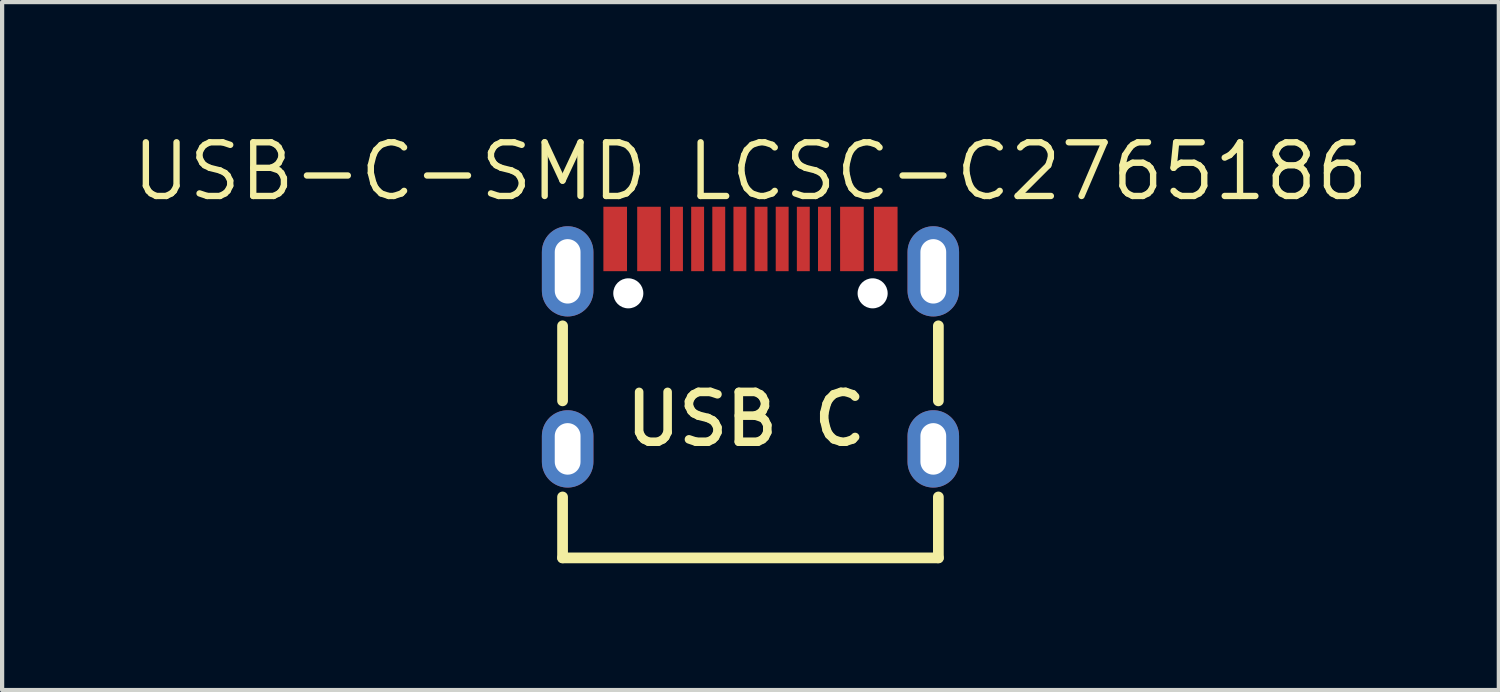
<source format=kicad_pcb>
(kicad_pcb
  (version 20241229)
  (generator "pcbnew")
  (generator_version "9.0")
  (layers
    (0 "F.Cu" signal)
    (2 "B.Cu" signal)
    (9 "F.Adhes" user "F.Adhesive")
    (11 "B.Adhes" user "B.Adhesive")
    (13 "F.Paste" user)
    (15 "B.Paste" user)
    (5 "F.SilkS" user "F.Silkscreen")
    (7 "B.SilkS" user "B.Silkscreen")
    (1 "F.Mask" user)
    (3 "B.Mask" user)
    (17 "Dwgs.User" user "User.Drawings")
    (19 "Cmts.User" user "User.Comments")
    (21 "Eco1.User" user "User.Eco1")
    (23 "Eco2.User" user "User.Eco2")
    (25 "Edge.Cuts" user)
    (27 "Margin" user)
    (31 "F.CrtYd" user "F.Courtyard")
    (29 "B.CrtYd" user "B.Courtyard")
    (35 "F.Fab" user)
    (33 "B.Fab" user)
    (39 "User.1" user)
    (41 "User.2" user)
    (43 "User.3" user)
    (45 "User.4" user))
  (footprint "USB-C-SMD LCSC-C2765186"
    (layer "F.Cu")
    (at 14.703 5.194)
    (property "Reference" "USB-C-SMD LCSC-C2765186" (at 0 -4.188 0) (layer "F.SilkS") (effects (font (size 1.27 1.27) (thickness 0.15))))
    (fp_line (start -4.445 1.238) (end -4.445 -0.536) (stroke (width 0.254) (type default)) (layer "F.SilkS"))
    (fp_line (start -4.445 4.953) (end -4.445 3.512) (stroke (width 0.254) (type default)) (layer "F.SilkS"))
    (fp_line (start 4.445 1.238) (end 4.445 -0.536) (stroke (width 0.254) (type default)) (layer "F.SilkS"))
    (fp_line (start 4.445 4.953) (end -4.445 4.953) (stroke (width 0.254) (type default)) (layer "F.SilkS"))
    (fp_line (start 4.445 4.953) (end 4.445 3.512) (stroke (width 0.254) (type default)) (layer "F.SilkS"))
    (fp_circle (center -2.89 -1.305) (end -2.765 -1.305) (stroke (width 0.25) (type default)) (fill no) (layer "Dwgs.User"))
    (fp_circle (center 2.89 -1.305) (end 3.015 -1.305) (stroke (width 0.25) (type default)) (fill no) (layer "Dwgs.User"))
    (fp_circle (center -4.45 -2.649) (end -4.42 -2.649) (stroke (width 0.06) (type default)) (fill no) (layer "User.5"))
    (fp_text user "USB C" (at -3.048 0.981 0) (unlocked yes) (layer "F.SilkS") (effects (font (size 1.179 1.179) (thickness 0.203)) (justify left top)))
    (pad "" np_thru_hole circle (at -2.89 -1.305) (size 0.711 0.711) (drill 0.711) (layers "*.Cu" "*.Mask"))
    (pad "" np_thru_hole circle (at 2.89 -1.305) (size 0.711 0.711) (drill 0.711) (layers "*.Cu" "*.Mask"))
    (pad "1" smd rect (at -3.2 -2.591) (size 0.559 1.524) (layers "F.Cu" "F.Mask" "F.Paste"))
    (pad "2" smd rect (at -2.4 -2.591) (size 0.559 1.524) (layers "F.Cu" "F.Mask" "F.Paste"))
    (pad "3" smd rect (at -1.75 -2.591) (size 0.305 1.524) (layers "F.Cu" "F.Mask" "F.Paste"))
    (pad "4" smd rect (at -1.25 -2.591) (size 0.305 1.524) (layers "F.Cu" "F.Mask" "F.Paste"))
    (pad "5" smd rect (at -0.75 -2.591) (size 0.305 1.524) (layers "F.Cu" "F.Mask" "F.Paste"))
    (pad "6" smd rect (at -0.25 -2.591) (size 0.305 1.524) (layers "F.Cu" "F.Mask" "F.Paste"))
    (pad "7" smd rect (at 0.25 -2.591) (size 0.305 1.524) (layers "F.Cu" "F.Mask" "F.Paste"))
    (pad "8" smd rect (at 0.75 -2.591) (size 0.305 1.524) (layers "F.Cu" "F.Mask" "F.Paste"))
    (pad "9" smd rect (at 1.25 -2.591) (size 0.305 1.524) (layers "F.Cu" "F.Mask" "F.Paste"))
    (pad "10" smd rect (at 1.75 -2.591) (size 0.305 1.524) (layers "F.Cu" "F.Mask" "F.Paste"))
    (pad "11" smd rect (at 2.4 -2.591) (size 0.559 1.524) (layers "F.Cu" "F.Mask" "F.Paste"))
    (pad "12" smd rect (at 3.2 -2.591) (size 0.559 1.524) (layers "F.Cu" "F.Mask" "F.Paste"))
    (pad "13" thru_hole oval (at -4.325 -1.825) (size 1.219 2.134) (drill oval 0.61 1.524) (layers "*.Cu" "*.Mask"))
    (pad "13" thru_hole oval (at -4.325 2.375) (size 1.219 1.829) (drill oval 0.61 1.219) (layers "*.Cu" "*.Mask"))
    (pad "14" thru_hole oval (at 4.325 -1.825) (size 1.219 2.134) (drill oval 0.61 1.524) (layers "*.Cu" "*.Mask"))
    (pad "14" thru_hole oval (at 4.325 2.375) (size 1.219 1.829) (drill oval 0.61 1.219) (layers "*.Cu" "*.Mask"))
    (zone (net_name "") (layer "F.Paste") (hatch edge 0.5) (priority 100) (connect_pads yes) (min_thickness 0) (filled_areas_thickness no) (fill yes) (polygon (pts (xy 11.203 2.269) (xy 11.203 3.369) (xy 11.803 3.369) (xy 11.803 2.269))) (filled_polygon (layer "F.Paste") (island) (pts (xy 11.203 2.269) (xy 11.203 3.369) (xy 11.803 3.369) (xy 11.803 2.269))))
    (zone (net_name "") (layer "F.Paste") (hatch edge 0.5) (priority 100) (connect_pads yes) (min_thickness 0) (filled_areas_thickness no) (fill yes) (polygon (pts (xy 12.003 2.269) (xy 12.003 3.369) (xy 12.603 3.369) (xy 12.603 2.269))) (filled_polygon (layer "F.Paste") (island) (pts (xy 12.003 2.269) (xy 12.003 3.369) (xy 12.603 3.369) (xy 12.603 2.269))))
    (zone (net_name "") (layer "F.Paste") (hatch edge 0.5) (priority 100) (connect_pads yes) (min_thickness 0) (filled_areas_thickness no) (fill yes) (polygon (pts (xy 13.103 3.369) (xy 13.103 2.269) (xy 12.803 2.269) (xy 12.803 3.369))) (filled_polygon (layer "F.Paste") (island) (pts (xy 13.103 3.369) (xy 13.103 2.269) (xy 12.803 2.269) (xy 12.803 3.369))))
    (zone (net_name "") (layer "F.Paste") (hatch edge 0.5) (priority 100) (connect_pads yes) (min_thickness 0) (filled_areas_thickness no) (fill yes) (polygon (pts (xy 13.603 3.369) (xy 13.603 2.269) (xy 13.303 2.269) (xy 13.303 3.369))) (filled_polygon (layer "F.Paste") (island) (pts (xy 13.603 3.369) (xy 13.603 2.269) (xy 13.303 2.269) (xy 13.303 3.369))))
    (zone (net_name "") (layer "F.Paste") (hatch edge 0.5) (priority 100) (connect_pads yes) (min_thickness 0) (filled_areas_thickness no) (fill yes) (polygon (pts (xy 14.103 3.369) (xy 14.103 2.269) (xy 13.803 2.269) (xy 13.803 3.369))) (filled_polygon (layer "F.Paste") (island) (pts (xy 14.103 3.369) (xy 14.103 2.269) (xy 13.803 2.269) (xy 13.803 3.369))))
    (zone (net_name "") (layer "F.Paste") (hatch edge 0.5) (priority 100) (connect_pads yes) (min_thickness 0) (filled_areas_thickness no) (fill yes) (polygon (pts (xy 14.603 3.369) (xy 14.603 2.269) (xy 14.303 2.269) (xy 14.303 3.369))) (filled_polygon (layer "F.Paste") (island) (pts (xy 14.603 3.369) (xy 14.603 2.269) (xy 14.303 2.269) (xy 14.303 3.369))))
    (zone (net_name "") (layer "F.Paste") (hatch edge 0.5) (priority 100) (connect_pads yes) (min_thickness 0) (filled_areas_thickness no) (fill yes) (polygon (pts (xy 15.103 3.369) (xy 15.103 2.269) (xy 14.803 2.269) (xy 14.803 3.369))) (filled_polygon (layer "F.Paste") (island) (pts (xy 15.103 3.369) (xy 15.103 2.269) (xy 14.803 2.269) (xy 14.803 3.369))))
    (zone (net_name "") (layer "F.Paste") (hatch edge 0.5) (priority 100) (connect_pads yes) (min_thickness 0) (filled_areas_thickness no) (fill yes) (polygon (pts (xy 15.603 3.369) (xy 15.603 2.269) (xy 15.303 2.269) (xy 15.303 3.369))) (filled_polygon (layer "F.Paste") (island) (pts (xy 15.603 3.369) (xy 15.603 2.269) (xy 15.303 2.269) (xy 15.303 3.369))))
    (zone (net_name "") (layer "F.Paste") (hatch edge 0.5) (priority 100) (connect_pads yes) (min_thickness 0) (filled_areas_thickness no) (fill yes) (polygon (pts (xy 16.103 3.369) (xy 16.103 2.269) (xy 15.803 2.269) (xy 15.803 3.369))) (filled_polygon (layer "F.Paste") (island) (pts (xy 16.103 3.369) (xy 16.103 2.269) (xy 15.803 2.269) (xy 15.803 3.369))))
    (zone (net_name "") (layer "F.Paste") (hatch edge 0.5) (priority 100) (connect_pads yes) (min_thickness 0) (filled_areas_thickness no) (fill yes) (polygon (pts (xy 16.303 2.269) (xy 16.303 3.369) (xy 16.603 3.369) (xy 16.603 2.269))) (filled_polygon (layer "F.Paste") (island) (pts (xy 16.303 2.269) (xy 16.303 3.369) (xy 16.603 3.369) (xy 16.603 2.269))))
    (zone (net_name "") (layer "F.Paste") (hatch edge 0.5) (priority 100) (connect_pads yes) (min_thickness 0) (filled_areas_thickness no) (fill yes) (polygon (pts (xy 16.803 2.269) (xy 16.803 3.369) (xy 17.403 3.369) (xy 17.403 2.269))) (filled_polygon (layer "F.Paste") (island) (pts (xy 16.803 2.269) (xy 16.803 3.369) (xy 17.403 3.369) (xy 17.403 2.269))))
    (zone (net_name "") (layer "F.Paste") (hatch edge 0.5) (priority 100) (connect_pads yes) (min_thickness 0) (filled_areas_thickness no) (fill yes) (polygon (pts (xy 18.203 3.369) (xy 18.203 2.269) (xy 17.603 2.269) (xy 17.603 3.369))) (filled_polygon (layer "F.Paste") (island) (pts (xy 18.203 3.369) (xy 18.203 2.269) (xy 17.603 2.269) (xy 17.603 3.369))))
    (zone (net_name "") (layer "F.Paste") (hatch edge 0.5) (priority 100) (connect_pads yes) (min_thickness 0) (filled_areas_thickness no) (fill yes) (polygon (pts (xy 10.363 2.369) (xy 10.333 2.37) (xy 10.303 2.373) (xy 10.274 2.378) (xy 10.245 2.384) (xy 10.216 2.391) (xy 10.187 2.4) (xy 10.159 2.41) (xy 10.131 2.422) (xy 10.104 2.435) (xy 10.078 2.449) (xy 10.053 2.465) (xy 10.028 2.482) (xy 10.004 2.5) (xy 9.981 2.519) (xy 9.959 2.539) (xy 9.938 2.561) (xy 9.918 2.583) (xy 9.9 2.607) (xy 9.882 2.631) (xy 9.866 2.656) (xy 9.851 2.682) (xy 9.837 2.708) (xy 9.825 2.736) (xy 9.814 2.764) (xy 9.805 2.792) (xy 9.797 2.821) (xy 9.79 2.85) (xy 9.785 2.879) (xy 9.781 2.909) (xy 9.779 2.939) (xy 9.778 2.969) (xy 9.778 3.769) (xy 9.779 3.799) (xy 9.781 3.829) (xy 9.785 3.858) (xy 9.79 3.888) (xy 9.797 3.917) (xy 9.805 3.946) (xy 9.814 3.974) (xy 9.825 4.002) (xy 9.837 4.029) (xy 9.851 4.056) (xy 9.866 4.082) (xy 9.882 4.107) (xy 9.9 4.131) (xy 9.918 4.154) (xy 9.938 4.177) (xy 9.959 4.198) (xy 9.981 4.219) (xy 10.004 4.238) (xy 10.028 4.256) (xy 10.053 4.273) (xy 10.078 4.288) (xy 10.104 4.303) (xy 10.131 4.316) (xy 10.159 4.327) (xy 10.187 4.338) (xy 10.216 4.346) (xy 10.245 4.354) (xy 10.274 4.36) (xy 10.303 4.364) (xy 10.333 4.367) (xy 10.363 4.369) (xy 10.393 4.369) (xy 10.423 4.367) (xy 10.453 4.364) (xy 10.482 4.36) (xy 10.512 4.354) (xy 10.541 4.346) (xy 10.569 4.338) (xy 10.597 4.327) (xy 10.625 4.316) (xy 10.652 4.303) (xy 10.678 4.288) (xy 10.704 4.273) (xy 10.728 4.256) (xy 10.752 4.238) (xy 10.775 4.219) (xy 10.797 4.198) (xy 10.818 4.177) (xy 10.838 4.154) (xy 10.856 4.131) (xy 10.874 4.107) (xy 10.89 4.082) (xy 10.905 4.056) (xy 10.919 4.029) (xy 10.931 4.002) (xy 10.942 3.974) (xy 10.951 3.946) (xy 10.96 3.917) (xy 10.966 3.888) (xy 10.971 3.858) (xy 10.975 3.829) (xy 10.977 3.799) (xy 10.978 3.769) (xy 10.978 2.969) (xy 10.977 2.939) (xy 10.975 2.909) (xy 10.971 2.879) (xy 10.966 2.85) (xy 10.96 2.821) (xy 10.951 2.792) (xy 10.942 2.764) (xy 10.931 2.736) (xy 10.919 2.708) (xy 10.905 2.682) (xy 10.89 2.656) (xy 10.874 2.631) (xy 10.856 2.607) (xy 10.838 2.583) (xy 10.818 2.561) (xy 10.797 2.539) (xy 10.775 2.519) (xy 10.752 2.5) (xy 10.728 2.482) (xy 10.704 2.465) (xy 10.678 2.449) (xy 10.652 2.435) (xy 10.625 2.422) (xy 10.597 2.41) (xy 10.569 2.4) (xy 10.541 2.391) (xy 10.512 2.384) (xy 10.482 2.378) (xy 10.453 2.373) (xy 10.423 2.37) (xy 10.393 2.369))) (filled_polygon (layer "F.Paste") (island) (pts (xy 10.363 2.369) (xy 10.333 2.37) (xy 10.303 2.373) (xy 10.274 2.378) (xy 10.245 2.384) (xy 10.216 2.391) (xy 10.187 2.4) (xy 10.159 2.41) (xy 10.131 2.422) (xy 10.104 2.435) (xy 10.078 2.449) (xy 10.053 2.465) (xy 10.028 2.482) (xy 10.004 2.5) (xy 9.981 2.519) (xy 9.959 2.539) (xy 9.938 2.561) (xy 9.918 2.583) (xy 9.9 2.607) (xy 9.882 2.631) (xy 9.866 2.656) (xy 9.851 2.682) (xy 9.837 2.708) (xy 9.825 2.736) (xy 9.814 2.764) (xy 9.805 2.792) (xy 9.797 2.821) (xy 9.79 2.85) (xy 9.785 2.879) (xy 9.781 2.909) (xy 9.779 2.939) (xy 9.778 2.969) (xy 9.778 3.769) (xy 9.779 3.799) (xy 9.781 3.829) (xy 9.785 3.858) (xy 9.79 3.888) (xy 9.797 3.917) (xy 9.805 3.946) (xy 9.814 3.974) (xy 9.825 4.002) (xy 9.837 4.029) (xy 9.851 4.056) (xy 9.866 4.082) (xy 9.882 4.107) (xy 9.9 4.131) (xy 9.918 4.154) (xy 9.938 4.177) (xy 9.959 4.198) (xy 9.981 4.219) (xy 10.004 4.238) (xy 10.028 4.256) (xy 10.053 4.273) (xy 10.078 4.288) (xy 10.104 4.303) (xy 10.131 4.316) (xy 10.159 4.327) (xy 10.187 4.338) (xy 10.216 4.346) (xy 10.245 4.354) (xy 10.274 4.36) (xy 10.303 4.364) (xy 10.333 4.367) (xy 10.363 4.369) (xy 10.393 4.369) (xy 10.423 4.367) (xy 10.453 4.364) (xy 10.482 4.36) (xy 10.512 4.354) (xy 10.541 4.346) (xy 10.569 4.338) (xy 10.597 4.327) (xy 10.625 4.316) (xy 10.652 4.303) (xy 10.678 4.288) (xy 10.704 4.273) (xy 10.728 4.256) (xy 10.752 4.238) (xy 10.775 4.219) (xy 10.797 4.198) (xy 10.818 4.177) (xy 10.838 4.154) (xy 10.856 4.131) (xy 10.874 4.107) (xy 10.89 4.082) (xy 10.905 4.056) (xy 10.919 4.029) (xy 10.931 4.002) (xy 10.942 3.974) (xy 10.951 3.946) (xy 10.96 3.917) (xy 10.966 3.888) (xy 10.971 3.858) (xy 10.975 3.829) (xy 10.977 3.799) (xy 10.978 3.769) (xy 10.978 2.969) (xy 10.977 2.939) (xy 10.975 2.909) (xy 10.971 2.879) (xy 10.966 2.85) (xy 10.96 2.821) (xy 10.951 2.792) (xy 10.942 2.764) (xy 10.931 2.736) (xy 10.919 2.708) (xy 10.905 2.682) (xy 10.89 2.656) (xy 10.874 2.631) (xy 10.856 2.607) (xy 10.838 2.583) (xy 10.818 2.561) (xy 10.797 2.539) (xy 10.775 2.519) (xy 10.752 2.5) (xy 10.728 2.482) (xy 10.704 2.465) (xy 10.678 2.449) (xy 10.652 2.435) (xy 10.625 2.422) (xy 10.597 2.41) (xy 10.569 2.4) (xy 10.541 2.391) (xy 10.512 2.384) (xy 10.482 2.378) (xy 10.453 2.373) (xy 10.423 2.37) (xy 10.393 2.369))))
    (zone (net_name "") (layer "F.Paste") (hatch edge 0.5) (priority 100) (connect_pads yes) (min_thickness 0) (filled_areas_thickness no) (fill yes) (polygon (pts (xy 10.423 6.821) (xy 10.393 6.819) (xy 10.363 6.819) (xy 10.333 6.821) (xy 10.303 6.824) (xy 10.274 6.828) (xy 10.245 6.834) (xy 10.216 6.841) (xy 10.187 6.85) (xy 10.159 6.86) (xy 10.131 6.872) (xy 10.104 6.885) (xy 10.078 6.899) (xy 10.053 6.915) (xy 10.028 6.932) (xy 10.004 6.95) (xy 9.981 6.969) (xy 9.959 6.989) (xy 9.938 7.011) (xy 9.918 7.033) (xy 9.9 7.057) (xy 9.882 7.081) (xy 9.866 7.106) (xy 9.851 7.132) (xy 9.837 7.159) (xy 9.825 7.186) (xy 9.814 7.214) (xy 9.805 7.242) (xy 9.797 7.271) (xy 9.79 7.3) (xy 9.785 7.33) (xy 9.781 7.359) (xy 9.779 7.389) (xy 9.778 7.419) (xy 9.778 7.719) (xy 9.779 7.749) (xy 9.781 7.779) (xy 9.785 7.808) (xy 9.79 7.838) (xy 9.797 7.867) (xy 9.805 7.896) (xy 9.814 7.924) (xy 9.825 7.952) (xy 9.837 7.979) (xy 9.851 8.006) (xy 9.866 8.032) (xy 9.882 8.057) (xy 9.9 8.081) (xy 9.918 8.105) (xy 9.938 8.127) (xy 9.959 8.149) (xy 9.981 8.169) (xy 10.004 8.188) (xy 10.028 8.206) (xy 10.053 8.223) (xy 10.078 8.239) (xy 10.104 8.253) (xy 10.131 8.266) (xy 10.159 8.277) (xy 10.187 8.288) (xy 10.216 8.296) (xy 10.245 8.304) (xy 10.274 8.31) (xy 10.303 8.314) (xy 10.333 8.317) (xy 10.363 8.319) (xy 10.393 8.319) (xy 10.423 8.317) (xy 10.453 8.314) (xy 10.482 8.31) (xy 10.512 8.304) (xy 10.541 8.296) (xy 10.569 8.288) (xy 10.597 8.277) (xy 10.625 8.266) (xy 10.652 8.253) (xy 10.678 8.239) (xy 10.704 8.223) (xy 10.728 8.206) (xy 10.752 8.188) (xy 10.775 8.169) (xy 10.797 8.149) (xy 10.818 8.127) (xy 10.838 8.105) (xy 10.856 8.081) (xy 10.874 8.057) (xy 10.89 8.032) (xy 10.905 8.006) (xy 10.919 7.979) (xy 10.931 7.952) (xy 10.942 7.924) (xy 10.951 7.896) (xy 10.96 7.867) (xy 10.966 7.838) (xy 10.971 7.808) (xy 10.975 7.779) (xy 10.977 7.749) (xy 10.978 7.719) (xy 10.978 7.419) (xy 10.977 7.389) (xy 10.975 7.359) (xy 10.971 7.33) (xy 10.966 7.3) (xy 10.96 7.271) (xy 10.951 7.242) (xy 10.942 7.214) (xy 10.931 7.186) (xy 10.919 7.159) (xy 10.905 7.132) (xy 10.89 7.106) (xy 10.874 7.081) (xy 10.856 7.057) (xy 10.838 7.033) (xy 10.818 7.011) (xy 10.797 6.989) (xy 10.775 6.969) (xy 10.752 6.95) (xy 10.728 6.932) (xy 10.704 6.915) (xy 10.678 6.899) (xy 10.652 6.885) (xy 10.625 6.872) (xy 10.597 6.86) (xy 10.569 6.85) (xy 10.541 6.841) (xy 10.512 6.834) (xy 10.482 6.828) (xy 10.453 6.824))) (filled_polygon (layer "F.Paste") (island) (pts (xy 10.423 6.821) (xy 10.393 6.819) (xy 10.363 6.819) (xy 10.333 6.821) (xy 10.303 6.824) (xy 10.274 6.828) (xy 10.245 6.834) (xy 10.216 6.841) (xy 10.187 6.85) (xy 10.159 6.86) (xy 10.131 6.872) (xy 10.104 6.885) (xy 10.078 6.899) (xy 10.053 6.915) (xy 10.028 6.932) (xy 10.004 6.95) (xy 9.981 6.969) (xy 9.959 6.989) (xy 9.938 7.011) (xy 9.918 7.033) (xy 9.9 7.057) (xy 9.882 7.081) (xy 9.866 7.106) (xy 9.851 7.132) (xy 9.837 7.159) (xy 9.825 7.186) (xy 9.814 7.214) (xy 9.805 7.242) (xy 9.797 7.271) (xy 9.79 7.3) (xy 9.785 7.33) (xy 9.781 7.359) (xy 9.779 7.389) (xy 9.778 7.419) (xy 9.778 7.719) (xy 9.779 7.749) (xy 9.781 7.779) (xy 9.785 7.808) (xy 9.79 7.838) (xy 9.797 7.867) (xy 9.805 7.896) (xy 9.814 7.924) (xy 9.825 7.952) (xy 9.837 7.979) (xy 9.851 8.006) (xy 9.866 8.032) (xy 9.882 8.057) (xy 9.9 8.081) (xy 9.918 8.105) (xy 9.938 8.127) (xy 9.959 8.149) (xy 9.981 8.169) (xy 10.004 8.188) (xy 10.028 8.206) (xy 10.053 8.223) (xy 10.078 8.239) (xy 10.104 8.253) (xy 10.131 8.266) (xy 10.159 8.277) (xy 10.187 8.288) (xy 10.216 8.296) (xy 10.245 8.304) (xy 10.274 8.31) (xy 10.303 8.314) (xy 10.333 8.317) (xy 10.363 8.319) (xy 10.393 8.319) (xy 10.423 8.317) (xy 10.453 8.314) (xy 10.482 8.31) (xy 10.512 8.304) (xy 10.541 8.296) (xy 10.569 8.288) (xy 10.597 8.277) (xy 10.625 8.266) (xy 10.652 8.253) (xy 10.678 8.239) (xy 10.704 8.223) (xy 10.728 8.206) (xy 10.752 8.188) (xy 10.775 8.169) (xy 10.797 8.149) (xy 10.818 8.127) (xy 10.838 8.105) (xy 10.856 8.081) (xy 10.874 8.057) (xy 10.89 8.032) (xy 10.905 8.006) (xy 10.919 7.979) (xy 10.931 7.952) (xy 10.942 7.924) (xy 10.951 7.896) (xy 10.96 7.867) (xy 10.966 7.838) (xy 10.971 7.808) (xy 10.975 7.779) (xy 10.977 7.749) (xy 10.978 7.719) (xy 10.978 7.419) (xy 10.977 7.389) (xy 10.975 7.359) (xy 10.971 7.33) (xy 10.966 7.3) (xy 10.96 7.271) (xy 10.951 7.242) (xy 10.942 7.214) (xy 10.931 7.186) (xy 10.919 7.159) (xy 10.905 7.132) (xy 10.89 7.106) (xy 10.874 7.081) (xy 10.856 7.057) (xy 10.838 7.033) (xy 10.818 7.011) (xy 10.797 6.989) (xy 10.775 6.969) (xy 10.752 6.95) (xy 10.728 6.932) (xy 10.704 6.915) (xy 10.678 6.899) (xy 10.652 6.885) (xy 10.625 6.872) (xy 10.597 6.86) (xy 10.569 6.85) (xy 10.541 6.841) (xy 10.512 6.834) (xy 10.482 6.828) (xy 10.453 6.824))))
    (zone (net_name "") (layer "F.Paste") (hatch edge 0.5) (priority 100) (connect_pads yes) (min_thickness 0) (filled_areas_thickness no) (fill yes) (polygon (pts (xy 19.013 6.819) (xy 18.983 6.821) (xy 18.953 6.824) (xy 18.924 6.828) (xy 18.895 6.834) (xy 18.866 6.841) (xy 18.837 6.85) (xy 18.809 6.86) (xy 18.781 6.872) (xy 18.754 6.885) (xy 18.728 6.899) (xy 18.703 6.915) (xy 18.678 6.932) (xy 18.654 6.95) (xy 18.631 6.969) (xy 18.609 6.989) (xy 18.588 7.011) (xy 18.568 7.033) (xy 18.55 7.057) (xy 18.532 7.081) (xy 18.516 7.106) (xy 18.501 7.132) (xy 18.487 7.159) (xy 18.475 7.186) (xy 18.464 7.214) (xy 18.455 7.242) (xy 18.447 7.271) (xy 18.44 7.3) (xy 18.435 7.33) (xy 18.431 7.359) (xy 18.429 7.389) (xy 18.428 7.419) (xy 18.428 7.719) (xy 18.429 7.749) (xy 18.431 7.779) (xy 18.435 7.808) (xy 18.44 7.838) (xy 18.447 7.867) (xy 18.455 7.896) (xy 18.464 7.924) (xy 18.475 7.952) (xy 18.487 7.979) (xy 18.501 8.006) (xy 18.516 8.032) (xy 18.532 8.057) (xy 18.55 8.081) (xy 18.568 8.105) (xy 18.588 8.127) (xy 18.609 8.149) (xy 18.631 8.169) (xy 18.654 8.188) (xy 18.678 8.206) (xy 18.703 8.223) (xy 18.728 8.239) (xy 18.754 8.253) (xy 18.781 8.266) (xy 18.809 8.277) (xy 18.837 8.288) (xy 18.866 8.296) (xy 18.895 8.304) (xy 18.924 8.31) (xy 18.953 8.314) (xy 18.983 8.317) (xy 19.013 8.319) (xy 19.043 8.319) (xy 19.073 8.317) (xy 19.103 8.314) (xy 19.132 8.31) (xy 19.162 8.304) (xy 19.191 8.296) (xy 19.219 8.288) (xy 19.247 8.277) (xy 19.275 8.266) (xy 19.302 8.253) (xy 19.328 8.239) (xy 19.354 8.223) (xy 19.378 8.206) (xy 19.402 8.188) (xy 19.425 8.169) (xy 19.447 8.149) (xy 19.468 8.127) (xy 19.488 8.105) (xy 19.506 8.081) (xy 19.524 8.057) (xy 19.54 8.032) (xy 19.555 8.006) (xy 19.569 7.979) (xy 19.581 7.952) (xy 19.592 7.924) (xy 19.601 7.896) (xy 19.609 7.867) (xy 19.616 7.838) (xy 19.621 7.808) (xy 19.625 7.779) (xy 19.627 7.749) (xy 19.628 7.719) (xy 19.628 7.419) (xy 19.627 7.389) (xy 19.625 7.359) (xy 19.621 7.33) (xy 19.616 7.3) (xy 19.609 7.271) (xy 19.601 7.242) (xy 19.592 7.214) (xy 19.581 7.186) (xy 19.569 7.159) (xy 19.555 7.132) (xy 19.54 7.106) (xy 19.524 7.081) (xy 19.506 7.057) (xy 19.488 7.033) (xy 19.468 7.011) (xy 19.447 6.989) (xy 19.425 6.969) (xy 19.402 6.95) (xy 19.378 6.932) (xy 19.354 6.915) (xy 19.328 6.899) (xy 19.302 6.885) (xy 19.275 6.872) (xy 19.247 6.86) (xy 19.219 6.85) (xy 19.191 6.841) (xy 19.162 6.834) (xy 19.132 6.828) (xy 19.103 6.824) (xy 19.073 6.821) (xy 19.043 6.819))) (filled_polygon (layer "F.Paste") (island) (pts (xy 19.013 6.819) (xy 18.983 6.821) (xy 18.953 6.824) (xy 18.924 6.828) (xy 18.895 6.834) (xy 18.866 6.841) (xy 18.837 6.85) (xy 18.809 6.86) (xy 18.781 6.872) (xy 18.754 6.885) (xy 18.728 6.899) (xy 18.703 6.915) (xy 18.678 6.932) (xy 18.654 6.95) (xy 18.631 6.969) (xy 18.609 6.989) (xy 18.588 7.011) (xy 18.568 7.033) (xy 18.55 7.057) (xy 18.532 7.081) (xy 18.516 7.106) (xy 18.501 7.132) (xy 18.487 7.159) (xy 18.475 7.186) (xy 18.464 7.214) (xy 18.455 7.242) (xy 18.447 7.271) (xy 18.44 7.3) (xy 18.435 7.33) (xy 18.431 7.359) (xy 18.429 7.389) (xy 18.428 7.419) (xy 18.428 7.719) (xy 18.429 7.749) (xy 18.431 7.779) (xy 18.435 7.808) (xy 18.44 7.838) (xy 18.447 7.867) (xy 18.455 7.896) (xy 18.464 7.924) (xy 18.475 7.952) (xy 18.487 7.979) (xy 18.501 8.006) (xy 18.516 8.032) (xy 18.532 8.057) (xy 18.55 8.081) (xy 18.568 8.105) (xy 18.588 8.127) (xy 18.609 8.149) (xy 18.631 8.169) (xy 18.654 8.188) (xy 18.678 8.206) (xy 18.703 8.223) (xy 18.728 8.239) (xy 18.754 8.253) (xy 18.781 8.266) (xy 18.809 8.277) (xy 18.837 8.288) (xy 18.866 8.296) (xy 18.895 8.304) (xy 18.924 8.31) (xy 18.953 8.314) (xy 18.983 8.317) (xy 19.013 8.319) (xy 19.043 8.319) (xy 19.073 8.317) (xy 19.103 8.314) (xy 19.132 8.31) (xy 19.162 8.304) (xy 19.191 8.296) (xy 19.219 8.288) (xy 19.247 8.277) (xy 19.275 8.266) (xy 19.302 8.253) (xy 19.328 8.239) (xy 19.354 8.223) (xy 19.378 8.206) (xy 19.402 8.188) (xy 19.425 8.169) (xy 19.447 8.149) (xy 19.468 8.127) (xy 19.488 8.105) (xy 19.506 8.081) (xy 19.524 8.057) (xy 19.54 8.032) (xy 19.555 8.006) (xy 19.569 7.979) (xy 19.581 7.952) (xy 19.592 7.924) (xy 19.601 7.896) (xy 19.609 7.867) (xy 19.616 7.838) (xy 19.621 7.808) (xy 19.625 7.779) (xy 19.627 7.749) (xy 19.628 7.719) (xy 19.628 7.419) (xy 19.627 7.389) (xy 19.625 7.359) (xy 19.621 7.33) (xy 19.616 7.3) (xy 19.609 7.271) (xy 19.601 7.242) (xy 19.592 7.214) (xy 19.581 7.186) (xy 19.569 7.159) (xy 19.555 7.132) (xy 19.54 7.106) (xy 19.524 7.081) (xy 19.506 7.057) (xy 19.488 7.033) (xy 19.468 7.011) (xy 19.447 6.989) (xy 19.425 6.969) (xy 19.402 6.95) (xy 19.378 6.932) (xy 19.354 6.915) (xy 19.328 6.899) (xy 19.302 6.885) (xy 19.275 6.872) (xy 19.247 6.86) (xy 19.219 6.85) (xy 19.191 6.841) (xy 19.162 6.834) (xy 19.132 6.828) (xy 19.103 6.824) (xy 19.073 6.821) (xy 19.043 6.819))))
    (zone (net_name "") (layer "F.Paste") (hatch edge 0.5) (priority 100) (connect_pads yes) (min_thickness 0) (filled_areas_thickness no) (fill yes) (polygon (pts (xy 19.073 2.37) (xy 19.043 2.369) (xy 19.013 2.369) (xy 18.983 2.37) (xy 18.953 2.373) (xy 18.924 2.378) (xy 18.895 2.384) (xy 18.866 2.391) (xy 18.837 2.4) (xy 18.809 2.41) (xy 18.781 2.422) (xy 18.754 2.435) (xy 18.728 2.449) (xy 18.703 2.465) (xy 18.678 2.482) (xy 18.654 2.5) (xy 18.631 2.519) (xy 18.609 2.539) (xy 18.588 2.561) (xy 18.568 2.583) (xy 18.55 2.607) (xy 18.532 2.631) (xy 18.516 2.656) (xy 18.501 2.682) (xy 18.487 2.708) (xy 18.475 2.736) (xy 18.464 2.764) (xy 18.455 2.792) (xy 18.447 2.821) (xy 18.44 2.85) (xy 18.435 2.879) (xy 18.431 2.909) (xy 18.429 2.939) (xy 18.428 2.969) (xy 18.428 3.769) (xy 18.429 3.799) (xy 18.431 3.829) (xy 18.435 3.858) (xy 18.44 3.888) (xy 18.447 3.917) (xy 18.455 3.946) (xy 18.464 3.974) (xy 18.475 4.002) (xy 18.487 4.029) (xy 18.501 4.056) (xy 18.516 4.082) (xy 18.532 4.107) (xy 18.55 4.131) (xy 18.568 4.154) (xy 18.588 4.177) (xy 18.609 4.198) (xy 18.631 4.219) (xy 18.654 4.238) (xy 18.678 4.256) (xy 18.703 4.273) (xy 18.728 4.288) (xy 18.754 4.303) (xy 18.781 4.316) (xy 18.809 4.327) (xy 18.837 4.338) (xy 18.866 4.346) (xy 18.895 4.354) (xy 18.924 4.36) (xy 18.953 4.364) (xy 18.983 4.367) (xy 19.013 4.369) (xy 19.043 4.369) (xy 19.073 4.367) (xy 19.103 4.364) (xy 19.132 4.36) (xy 19.162 4.354) (xy 19.191 4.346) (xy 19.219 4.338) (xy 19.247 4.327) (xy 19.275 4.316) (xy 19.302 4.303) (xy 19.328 4.288) (xy 19.354 4.273) (xy 19.378 4.256) (xy 19.402 4.238) (xy 19.425 4.219) (xy 19.447 4.198) (xy 19.468 4.177) (xy 19.488 4.154) (xy 19.506 4.131) (xy 19.524 4.107) (xy 19.54 4.082) (xy 19.555 4.056) (xy 19.569 4.029) (xy 19.581 4.002) (xy 19.592 3.974) (xy 19.601 3.946) (xy 19.609 3.917) (xy 19.616 3.888) (xy 19.621 3.858) (xy 19.625 3.829) (xy 19.627 3.799) (xy 19.628 3.769) (xy 19.628 2.969) (xy 19.627 2.939) (xy 19.625 2.909) (xy 19.621 2.879) (xy 19.616 2.85) (xy 19.609 2.821) (xy 19.601 2.792) (xy 19.592 2.764) (xy 19.581 2.736) (xy 19.569 2.708) (xy 19.555 2.682) (xy 19.54 2.656) (xy 19.524 2.631) (xy 19.506 2.607) (xy 19.488 2.583) (xy 19.468 2.561) (xy 19.447 2.539) (xy 19.425 2.519) (xy 19.402 2.5) (xy 19.378 2.482) (xy 19.354 2.465) (xy 19.328 2.449) (xy 19.302 2.435) (xy 19.275 2.422) (xy 19.247 2.41) (xy 19.219 2.4) (xy 19.191 2.391) (xy 19.162 2.384) (xy 19.132 2.378) (xy 19.103 2.373))) (filled_polygon (layer "F.Paste") (island) (pts (xy 19.073 2.37) (xy 19.043 2.369) (xy 19.013 2.369) (xy 18.983 2.37) (xy 18.953 2.373) (xy 18.924 2.378) (xy 18.895 2.384) (xy 18.866 2.391) (xy 18.837 2.4) (xy 18.809 2.41) (xy 18.781 2.422) (xy 18.754 2.435) (xy 18.728 2.449) (xy 18.703 2.465) (xy 18.678 2.482) (xy 18.654 2.5) (xy 18.631 2.519) (xy 18.609 2.539) (xy 18.588 2.561) (xy 18.568 2.583) (xy 18.55 2.607) (xy 18.532 2.631) (xy 18.516 2.656) (xy 18.501 2.682) (xy 18.487 2.708) (xy 18.475 2.736) (xy 18.464 2.764) (xy 18.455 2.792) (xy 18.447 2.821) (xy 18.44 2.85) (xy 18.435 2.879) (xy 18.431 2.909) (xy 18.429 2.939) (xy 18.428 2.969) (xy 18.428 3.769) (xy 18.429 3.799) (xy 18.431 3.829) (xy 18.435 3.858) (xy 18.44 3.888) (xy 18.447 3.917) (xy 18.455 3.946) (xy 18.464 3.974) (xy 18.475 4.002) (xy 18.487 4.029) (xy 18.501 4.056) (xy 18.516 4.082) (xy 18.532 4.107) (xy 18.55 4.131) (xy 18.568 4.154) (xy 18.588 4.177) (xy 18.609 4.198) (xy 18.631 4.219) (xy 18.654 4.238) (xy 18.678 4.256) (xy 18.703 4.273) (xy 18.728 4.288) (xy 18.754 4.303) (xy 18.781 4.316) (xy 18.809 4.327) (xy 18.837 4.338) (xy 18.866 4.346) (xy 18.895 4.354) (xy 18.924 4.36) (xy 18.953 4.364) (xy 18.983 4.367) (xy 19.013 4.369) (xy 19.043 4.369) (xy 19.073 4.367) (xy 19.103 4.364) (xy 19.132 4.36) (xy 19.162 4.354) (xy 19.191 4.346) (xy 19.219 4.338) (xy 19.247 4.327) (xy 19.275 4.316) (xy 19.302 4.303) (xy 19.328 4.288) (xy 19.354 4.273) (xy 19.378 4.256) (xy 19.402 4.238) (xy 19.425 4.219) (xy 19.447 4.198) (xy 19.468 4.177) (xy 19.488 4.154) (xy 19.506 4.131) (xy 19.524 4.107) (xy 19.54 4.082) (xy 19.555 4.056) (xy 19.569 4.029) (xy 19.581 4.002) (xy 19.592 3.974) (xy 19.601 3.946) (xy 19.609 3.917) (xy 19.616 3.888) (xy 19.621 3.858) (xy 19.625 3.829) (xy 19.627 3.799) (xy 19.628 3.769) (xy 19.628 2.969) (xy 19.627 2.939) (xy 19.625 2.909) (xy 19.621 2.879) (xy 19.616 2.85) (xy 19.609 2.821) (xy 19.601 2.792) (xy 19.592 2.764) (xy 19.581 2.736) (xy 19.569 2.708) (xy 19.555 2.682) (xy 19.54 2.656) (xy 19.524 2.631) (xy 19.506 2.607) (xy 19.488 2.583) (xy 19.468 2.561) (xy 19.447 2.539) (xy 19.425 2.519) (xy 19.402 2.5) (xy 19.378 2.482) (xy 19.354 2.465) (xy 19.328 2.449) (xy 19.302 2.435) (xy 19.275 2.422) (xy 19.247 2.41) (xy 19.219 2.4) (xy 19.191 2.391) (xy 19.162 2.384) (xy 19.132 2.378) (xy 19.103 2.373))))
    (zone (net_name "") (layer "User.3") (hatch edge 0.5) (priority 100) (connect_pads yes) (min_thickness 0) (filled_areas_thickness no) (fill yes) (polygon (pts (xy 10.253 10.195) (xy 10.253 2.845) (xy 19.153 2.845) (xy 19.153 10.195))) (filled_polygon (layer "User.3") (island) (pts (xy 10.253 10.195) (xy 10.253 2.845) (xy 19.153 2.845) (xy 19.153 10.195))))
    (zone (net_name "") (layer "User.4") (hatch edge 0.5) (priority 100) (connect_pads yes) (min_thickness 0) (filled_areas_thickness no) (fill yes) (polygon (pts (xy 10.253 2.845) (xy 10.503 2.845) (xy 10.503 3.945) (xy 10.253 3.945))) (filled_polygon (layer "User.4") (island) (pts (xy 10.253 2.845) (xy 10.503 2.845) (xy 10.503 3.945) (xy 10.253 3.945))))
    (zone (net_name "") (layer "User.4") (hatch edge 0.5) (priority 100) (connect_pads yes) (min_thickness 0) (filled_areas_thickness no) (fill yes) (polygon (pts (xy 10.253 7.219) (xy 10.503 7.219) (xy 10.503 7.919) (xy 10.253 7.919))) (filled_polygon (layer "User.4") (island) (pts (xy 10.253 7.219) (xy 10.503 7.219) (xy 10.503 7.919) (xy 10.253 7.919))))
    (zone (net_name "") (layer "User.4") (hatch edge 0.5) (priority 100) (connect_pads yes) (min_thickness 0) (filled_areas_thickness no) (fill yes) (polygon (pts (xy 11.303 2.545) (xy 11.703 2.545) (xy 11.703 3.395) (xy 11.303 3.395))) (filled_polygon (layer "User.4") (island) (pts (xy 11.303 2.545) (xy 11.703 2.545) (xy 11.703 3.395) (xy 11.303 3.395))))
    (zone (net_name "") (layer "User.4") (hatch edge 0.5) (priority 100) (connect_pads yes) (min_thickness 0) (filled_areas_thickness no) (fill yes) (polygon (pts (xy 12.103 2.545) (xy 12.503 2.545) (xy 12.503 3.395) (xy 12.103 3.395))) (filled_polygon (layer "User.4") (island) (pts (xy 12.103 2.545) (xy 12.503 2.545) (xy 12.503 3.395) (xy 12.103 3.395))))
    (zone (net_name "") (layer "User.4") (hatch edge 0.5) (priority 100) (connect_pads yes) (min_thickness 0) (filled_areas_thickness no) (fill yes) (polygon (pts (xy 12.853 2.545) (xy 13.053 2.545) (xy 13.053 3.395) (xy 12.853 3.395))) (filled_polygon (layer "User.4") (island) (pts (xy 12.853 2.545) (xy 13.053 2.545) (xy 13.053 3.395) (xy 12.853 3.395))))
    (zone (net_name "") (layer "User.4") (hatch edge 0.5) (priority 100) (connect_pads yes) (min_thickness 0) (filled_areas_thickness no) (fill yes) (polygon (pts (xy 13.353 2.545) (xy 13.553 2.545) (xy 13.553 3.395) (xy 13.353 3.395))) (filled_polygon (layer "User.4") (island) (pts (xy 13.353 2.545) (xy 13.553 2.545) (xy 13.553 3.395) (xy 13.353 3.395))))
    (zone (net_name "") (layer "User.4") (hatch edge 0.5) (priority 100) (connect_pads yes) (min_thickness 0) (filled_areas_thickness no) (fill yes) (polygon (pts (xy 13.853 2.545) (xy 14.053 2.545) (xy 14.053 3.395) (xy 13.853 3.395))) (filled_polygon (layer "User.4") (island) (pts (xy 13.853 2.545) (xy 14.053 2.545) (xy 14.053 3.395) (xy 13.853 3.395))))
    (zone (net_name "") (layer "User.4") (hatch edge 0.5) (priority 100) (connect_pads yes) (min_thickness 0) (filled_areas_thickness no) (fill yes) (polygon (pts (xy 14.353 2.545) (xy 14.553 2.545) (xy 14.553 3.395) (xy 14.353 3.395))) (filled_polygon (layer "User.4") (island) (pts (xy 14.353 2.545) (xy 14.553 2.545) (xy 14.553 3.395) (xy 14.353 3.395))))
    (zone (net_name "") (layer "User.4") (hatch edge 0.5) (priority 100) (connect_pads yes) (min_thickness 0) (filled_areas_thickness no) (fill yes) (polygon (pts (xy 14.853 2.545) (xy 15.053 2.545) (xy 15.053 3.395) (xy 14.853 3.395))) (filled_polygon (layer "User.4") (island) (pts (xy 14.853 2.545) (xy 15.053 2.545) (xy 15.053 3.395) (xy 14.853 3.395))))
    (zone (net_name "") (layer "User.4") (hatch edge 0.5) (priority 100) (connect_pads yes) (min_thickness 0) (filled_areas_thickness no) (fill yes) (polygon (pts (xy 15.353 2.545) (xy 15.553 2.545) (xy 15.553 3.395) (xy 15.353 3.395))) (filled_polygon (layer "User.4") (island) (pts (xy 15.353 2.545) (xy 15.553 2.545) (xy 15.553 3.395) (xy 15.353 3.395))))
    (zone (net_name "") (layer "User.4") (hatch edge 0.5) (priority 100) (connect_pads yes) (min_thickness 0) (filled_areas_thickness no) (fill yes) (polygon (pts (xy 15.853 2.545) (xy 16.053 2.545) (xy 16.053 3.395) (xy 15.853 3.395))) (filled_polygon (layer "User.4") (island) (pts (xy 15.853 2.545) (xy 16.053 2.545) (xy 16.053 3.395) (xy 15.853 3.395))))
    (zone (net_name "") (layer "User.4") (hatch edge 0.5) (priority 100) (connect_pads yes) (min_thickness 0) (filled_areas_thickness no) (fill yes) (polygon (pts (xy 16.353 2.545) (xy 16.553 2.545) (xy 16.553 3.395) (xy 16.353 3.395))) (filled_polygon (layer "User.4") (island) (pts (xy 16.353 2.545) (xy 16.553 2.545) (xy 16.553 3.395) (xy 16.353 3.395))))
    (zone (net_name "") (layer "User.4") (hatch edge 0.5) (priority 100) (connect_pads yes) (min_thickness 0) (filled_areas_thickness no) (fill yes) (polygon (pts (xy 16.903 2.545) (xy 17.303 2.545) (xy 17.303 3.395) (xy 16.903 3.395))) (filled_polygon (layer "User.4") (island) (pts (xy 16.903 2.545) (xy 17.303 2.545) (xy 17.303 3.395) (xy 16.903 3.395))))
    (zone (net_name "") (layer "User.4") (hatch edge 0.5) (priority 100) (connect_pads yes) (min_thickness 0) (filled_areas_thickness no) (fill yes) (polygon (pts (xy 17.703 2.545) (xy 18.103 2.545) (xy 18.103 3.395) (xy 17.703 3.395))) (filled_polygon (layer "User.4") (island) (pts (xy 17.703 2.545) (xy 18.103 2.545) (xy 18.103 3.395) (xy 17.703 3.395))))
    (zone (net_name "") (layer "User.4") (hatch edge 0.5) (priority 100) (connect_pads yes) (min_thickness 0) (filled_areas_thickness no) (fill yes) (polygon (pts (xy 18.903 2.845) (xy 19.153 2.845) (xy 19.153 3.945) (xy 18.903 3.945))) (filled_polygon (layer "User.4") (island) (pts (xy 18.903 2.845) (xy 19.153 2.845) (xy 19.153 3.945) (xy 18.903 3.945))))
    (zone (net_name "") (layer "User.4") (hatch edge 0.5) (priority 100) (connect_pads yes) (min_thickness 0) (filled_areas_thickness no) (fill yes) (polygon (pts (xy 18.903 7.219) (xy 19.153 7.219) (xy 19.153 7.919) (xy 18.903 7.919))) (filled_polygon (layer "User.4") (island) (pts (xy 18.903 7.219) (xy 19.153 7.219) (xy 19.153 7.919) (xy 18.903 7.919)))))
  (gr_rect
    (start -3 -3)
    (end 32.406 13.274)
    (stroke (width 0.1) (type default))
    (fill no)
    (layer "Edge.Cuts")))
</source>
